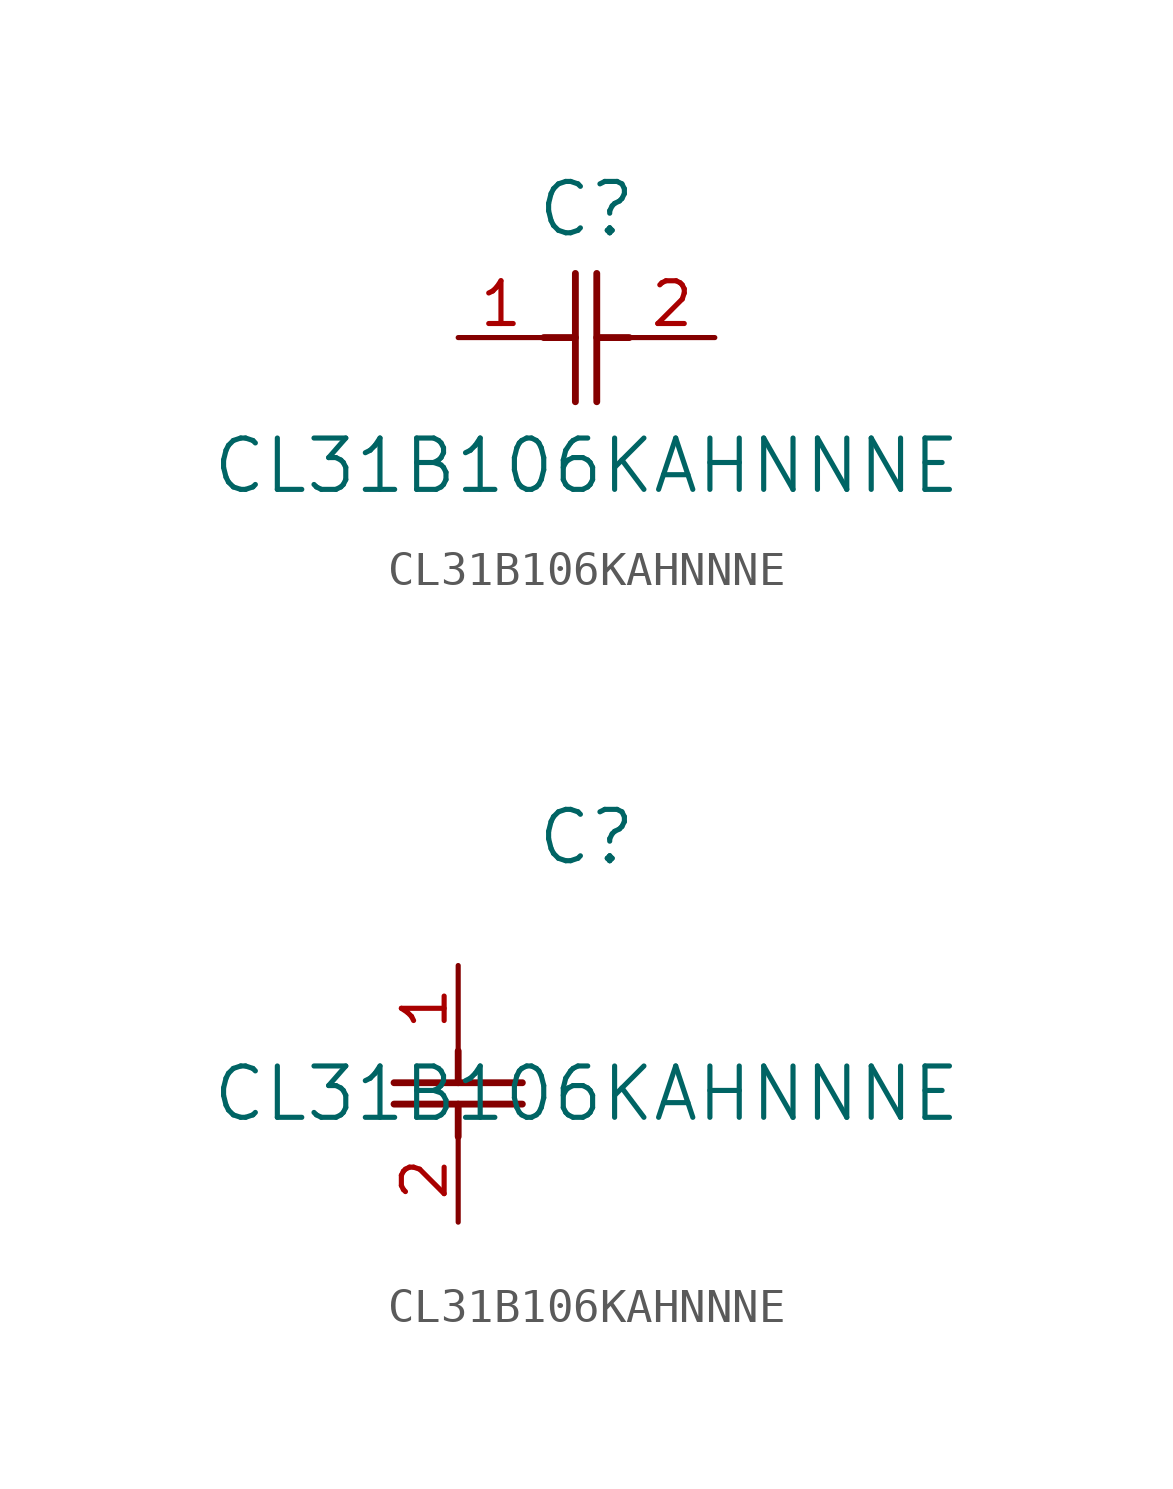
<source format=kicad_sym>
(kicad_symbol_lib
  (version 20211014)
  (generator kicad_symbol_editor)
  (symbol "CL31B106KAHNNNE"
    (pin_names
      (offset 0.254))
    (property "Reference" "C"
      (at 3.81 3.81 0)
      (effects (font (size 1.524 1.524))))
    (property "Value" "CL31B106KAHNNNE"
      (at 3.81 -3.81 0)
      (effects (font (size 1.524 1.524))))
    (symbol "CL31B106KAHNNNE_1_1"
      (polyline (pts (xy 3.48 -1.905) (xy 3.48 1.905)) (stroke (width 0.203) (type default) (color 0 0 0 0)) (fill (type none)))
      (polyline (pts (xy 4.115 -1.905) (xy 4.115 1.905)) (stroke (width 0.203) (type default) (color 0 0 0 0)) (fill (type none)))
      (polyline (pts (xy 4.115 0) (xy 5.08 0)) (stroke (width 0.203) (type default) (color 0 0 0 0)) (fill (type none)))
      (polyline (pts (xy 2.54 0) (xy 3.48 0)) (stroke (width 0.203) (type default) (color 0 0 0 0)) (fill (type none)))
      (pin unspecified line (at 0 0 0) (length 2.54) (name "" (effects (font (size 1.27 1.27)))) (number "1" (effects (font (size 1.27 1.27)))))
      (pin unspecified line (at 7.62 0 180) (length 2.54) (name "" (effects (font (size 1.27 1.27)))) (number "2" (effects (font (size 1.27 1.27))))))
    (symbol "CL31B106KAHNNNE_1_2"
      (polyline (pts (xy -1.905 -3.48) (xy 1.905 -3.48)) (stroke (width 0.203) (type default) (color 0 0 0 0)) (fill (type none)))
      (polyline (pts (xy -1.905 -4.115) (xy 1.905 -4.115)) (stroke (width 0.203) (type default) (color 0 0 0 0)) (fill (type none)))
      (polyline (pts (xy 0 -4.115) (xy 0 -5.08)) (stroke (width 0.203) (type default) (color 0 0 0 0)) (fill (type none)))
      (polyline (pts (xy 0 -2.54) (xy 0 -3.48)) (stroke (width 0.203) (type default) (color 0 0 0 0)) (fill (type none)))
      (pin unspecified line (at 0 0 270) (length 2.54) (name "" (effects (font (size 1.27 1.27)))) (number "1" (effects (font (size 1.27 1.27)))))
      (pin unspecified line (at 0 -7.62 90) (length 2.54) (name "" (effects (font (size 1.27 1.27)))) (number "2" (effects (font (size 1.27 1.27))))))))
</source>
